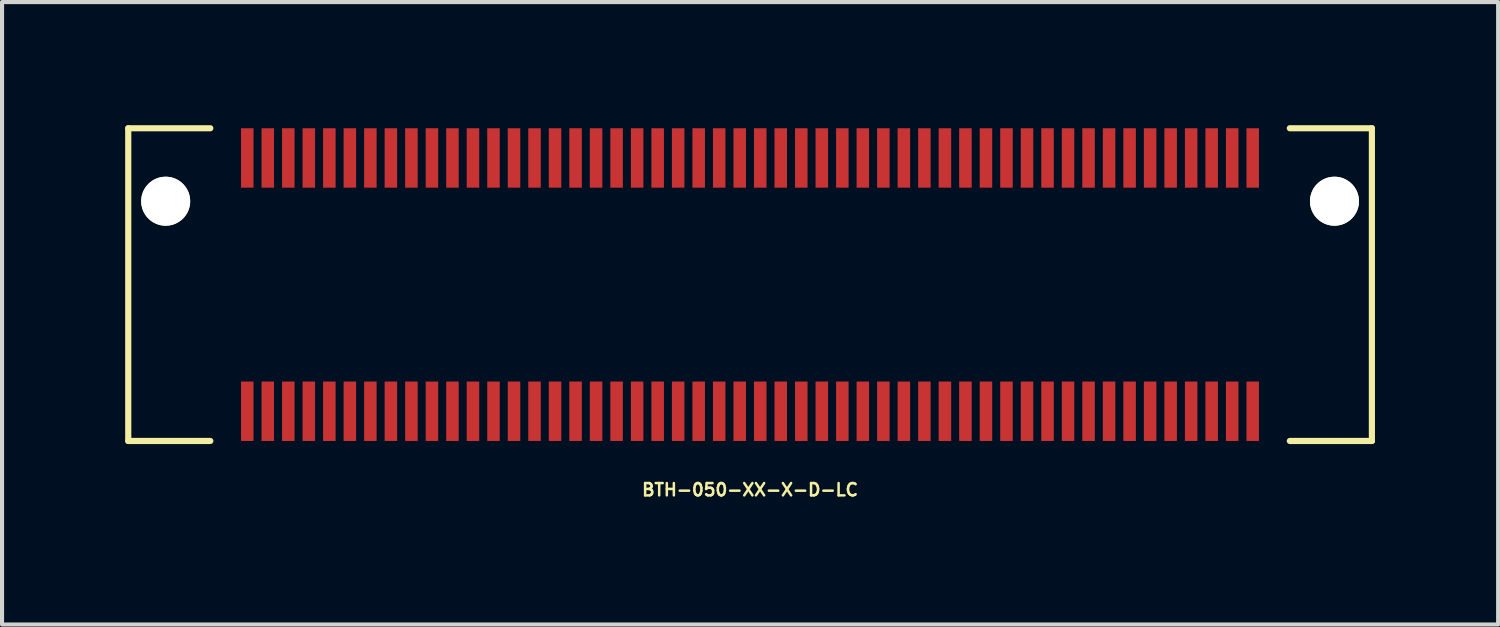
<source format=kicad_pcb>
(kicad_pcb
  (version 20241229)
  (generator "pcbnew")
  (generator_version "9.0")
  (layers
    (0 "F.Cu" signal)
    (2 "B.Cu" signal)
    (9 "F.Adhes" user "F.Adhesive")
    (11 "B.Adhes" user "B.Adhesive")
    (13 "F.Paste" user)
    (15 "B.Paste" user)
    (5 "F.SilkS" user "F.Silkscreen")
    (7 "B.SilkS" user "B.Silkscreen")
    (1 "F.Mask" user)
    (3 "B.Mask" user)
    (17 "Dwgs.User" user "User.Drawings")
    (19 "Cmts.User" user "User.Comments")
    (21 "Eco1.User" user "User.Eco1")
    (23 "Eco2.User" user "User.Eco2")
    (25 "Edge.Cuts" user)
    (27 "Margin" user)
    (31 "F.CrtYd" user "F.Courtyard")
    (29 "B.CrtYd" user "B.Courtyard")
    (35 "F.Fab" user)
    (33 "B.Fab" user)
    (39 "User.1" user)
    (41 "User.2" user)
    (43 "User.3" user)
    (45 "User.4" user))
  (footprint "BTH-050-XX-X-D-LC"
    (layer "F.Cu")
    (at 15.227 3.885)
    (property "Reference" "BTH-050-XX-X-D-LC" (at 0 5 0) (layer "F.SilkS") (effects (font (size 0.3 0.3) (thickness 0.061))))
    (attr smd)
    (fp_line (start -15.152 -3.81) (end -15.152 3.81) (stroke (width 0.15) (type solid)) (layer "F.SilkS"))
    (fp_line (start -15.152 3.81) (end -13.152 3.81) (stroke (width 0.15) (type solid)) (layer "F.SilkS"))
    (fp_line (start -13.152 -3.81) (end -15.152 -3.81) (stroke (width 0.15) (type solid)) (layer "F.SilkS"))
    (fp_line (start 13.152 -3.81) (end 15.152 -3.81) (stroke (width 0.15) (type solid)) (layer "F.SilkS"))
    (fp_line (start 15.152 -3.81) (end 15.152 3.81) (stroke (width 0.15) (type solid)) (layer "F.SilkS"))
    (fp_line (start 15.152 3.81) (end 13.152 3.81) (stroke (width 0.15) (type solid)) (layer "F.SilkS"))
    (pad "" np_thru_hole circle (at -14.24 -2.032) (size 1.194 1.194) (drill 1.194) (layers "*.Cu" "*.Mask" "F.SilkS"))
    (pad "" np_thru_hole circle (at 14.24 -2.032) (size 1.194 1.194) (drill 1.194) (layers "*.Cu" "*.Mask" "F.SilkS"))
    (pad "1" smd rect (at -12.252 -3.086) (size 0.305 1.448) (layers "F.Cu" "F.Mask" "F.Paste"))
    (pad "2" smd rect (at -12.252 3.086) (size 0.305 1.448) (layers "F.Cu" "F.Mask" "F.Paste"))
    (pad "3" smd rect (at -11.752 -3.086) (size 0.305 1.448) (layers "F.Cu" "F.Mask" "F.Paste"))
    (pad "4" smd rect (at -11.752 3.086) (size 0.305 1.448) (layers "F.Cu" "F.Mask" "F.Paste"))
    (pad "5" smd rect (at -11.252 -3.086) (size 0.305 1.448) (layers "F.Cu" "F.Mask" "F.Paste"))
    (pad "6" smd rect (at -11.252 3.086) (size 0.305 1.448) (layers "F.Cu" "F.Mask" "F.Paste"))
    (pad "7" smd rect (at -10.752 -3.086) (size 0.305 1.448) (layers "F.Cu" "F.Mask" "F.Paste"))
    (pad "8" smd rect (at -10.752 3.086) (size 0.305 1.448) (layers "F.Cu" "F.Mask" "F.Paste"))
    (pad "9" smd rect (at -10.252 -3.086) (size 0.305 1.448) (layers "F.Cu" "F.Mask" "F.Paste"))
    (pad "10" smd rect (at -10.252 3.086) (size 0.305 1.448) (layers "F.Cu" "F.Mask" "F.Paste"))
    (pad "11" smd rect (at -9.752 -3.086) (size 0.305 1.448) (layers "F.Cu" "F.Mask" "F.Paste"))
    (pad "12" smd rect (at -9.752 3.086) (size 0.305 1.448) (layers "F.Cu" "F.Mask" "F.Paste"))
    (pad "13" smd rect (at -9.252 -3.086) (size 0.305 1.448) (layers "F.Cu" "F.Mask" "F.Paste"))
    (pad "14" smd rect (at -9.252 3.086) (size 0.305 1.448) (layers "F.Cu" "F.Mask" "F.Paste"))
    (pad "15" smd rect (at -8.752 -3.086) (size 0.305 1.448) (layers "F.Cu" "F.Mask" "F.Paste"))
    (pad "16" smd rect (at -8.752 3.086) (size 0.305 1.448) (layers "F.Cu" "F.Mask" "F.Paste"))
    (pad "17" smd rect (at -8.252 -3.086) (size 0.305 1.448) (layers "F.Cu" "F.Mask" "F.Paste"))
    (pad "18" smd rect (at -8.252 3.086) (size 0.305 1.448) (layers "F.Cu" "F.Mask" "F.Paste"))
    (pad "19" smd rect (at -7.752 -3.086) (size 0.305 1.448) (layers "F.Cu" "F.Mask" "F.Paste"))
    (pad "20" smd rect (at -7.752 3.086) (size 0.305 1.448) (layers "F.Cu" "F.Mask" "F.Paste"))
    (pad "21" smd rect (at -7.252 -3.086) (size 0.305 1.448) (layers "F.Cu" "F.Mask" "F.Paste"))
    (pad "22" smd rect (at -7.252 3.086) (size 0.305 1.448) (layers "F.Cu" "F.Mask" "F.Paste"))
    (pad "23" smd rect (at -6.752 -3.086) (size 0.305 1.448) (layers "F.Cu" "F.Mask" "F.Paste"))
    (pad "24" smd rect (at -6.752 3.086) (size 0.305 1.448) (layers "F.Cu" "F.Mask" "F.Paste"))
    (pad "25" smd rect (at -6.252 -3.086) (size 0.305 1.448) (layers "F.Cu" "F.Mask" "F.Paste"))
    (pad "26" smd rect (at -6.252 3.086) (size 0.305 1.448) (layers "F.Cu" "F.Mask" "F.Paste"))
    (pad "27" smd rect (at -5.752 -3.086) (size 0.305 1.448) (layers "F.Cu" "F.Mask" "F.Paste"))
    (pad "28" smd rect (at -5.752 3.086) (size 0.305 1.448) (layers "F.Cu" "F.Mask" "F.Paste"))
    (pad "29" smd rect (at -5.252 -3.086) (size 0.305 1.448) (layers "F.Cu" "F.Mask" "F.Paste"))
    (pad "30" smd rect (at -5.252 3.086) (size 0.305 1.448) (layers "F.Cu" "F.Mask" "F.Paste"))
    (pad "31" smd rect (at -4.752 -3.086) (size 0.305 1.448) (layers "F.Cu" "F.Mask" "F.Paste"))
    (pad "32" smd rect (at -4.752 3.086) (size 0.305 1.448) (layers "F.Cu" "F.Mask" "F.Paste"))
    (pad "33" smd rect (at -4.252 -3.086) (size 0.305 1.448) (layers "F.Cu" "F.Mask" "F.Paste"))
    (pad "34" smd rect (at -4.252 3.086) (size 0.305 1.448) (layers "F.Cu" "F.Mask" "F.Paste"))
    (pad "35" smd rect (at -3.752 -3.086) (size 0.305 1.448) (layers "F.Cu" "F.Mask" "F.Paste"))
    (pad "36" smd rect (at -3.752 3.086) (size 0.305 1.448) (layers "F.Cu" "F.Mask" "F.Paste"))
    (pad "37" smd rect (at -3.252 -3.086) (size 0.305 1.448) (layers "F.Cu" "F.Mask" "F.Paste"))
    (pad "38" smd rect (at -3.252 3.086) (size 0.305 1.448) (layers "F.Cu" "F.Mask" "F.Paste"))
    (pad "39" smd rect (at -2.752 -3.086) (size 0.305 1.448) (layers "F.Cu" "F.Mask" "F.Paste"))
    (pad "40" smd rect (at -2.752 3.086) (size 0.305 1.448) (layers "F.Cu" "F.Mask" "F.Paste"))
    (pad "41" smd rect (at -2.252 -3.086) (size 0.305 1.448) (layers "F.Cu" "F.Mask" "F.Paste"))
    (pad "42" smd rect (at -2.252 3.086) (size 0.305 1.448) (layers "F.Cu" "F.Mask" "F.Paste"))
    (pad "43" smd rect (at -1.752 -3.086) (size 0.305 1.448) (layers "F.Cu" "F.Mask" "F.Paste"))
    (pad "44" smd rect (at -1.752 3.086) (size 0.305 1.448) (layers "F.Cu" "F.Mask" "F.Paste"))
    (pad "45" smd rect (at -1.252 -3.086) (size 0.305 1.448) (layers "F.Cu" "F.Mask" "F.Paste"))
    (pad "46" smd rect (at -1.252 3.086) (size 0.305 1.448) (layers "F.Cu" "F.Mask" "F.Paste"))
    (pad "47" smd rect (at -0.752 -3.086) (size 0.305 1.448) (layers "F.Cu" "F.Mask" "F.Paste"))
    (pad "48" smd rect (at -0.752 3.086) (size 0.305 1.448) (layers "F.Cu" "F.Mask" "F.Paste"))
    (pad "49" smd rect (at -0.252 -3.086) (size 0.305 1.448) (layers "F.Cu" "F.Mask" "F.Paste"))
    (pad "50" smd rect (at -0.252 3.086) (size 0.305 1.448) (layers "F.Cu" "F.Mask" "F.Paste"))
    (pad "51" smd rect (at 0.248 -3.086) (size 0.305 1.448) (layers "F.Cu" "F.Mask" "F.Paste"))
    (pad "52" smd rect (at 0.248 3.086) (size 0.305 1.448) (layers "F.Cu" "F.Mask" "F.Paste"))
    (pad "53" smd rect (at 0.748 -3.086) (size 0.305 1.448) (layers "F.Cu" "F.Mask" "F.Paste"))
    (pad "54" smd rect (at 0.748 3.086) (size 0.305 1.448) (layers "F.Cu" "F.Mask" "F.Paste"))
    (pad "55" smd rect (at 1.248 -3.086) (size 0.305 1.448) (layers "F.Cu" "F.Mask" "F.Paste"))
    (pad "56" smd rect (at 1.248 3.086) (size 0.305 1.448) (layers "F.Cu" "F.Mask" "F.Paste"))
    (pad "57" smd rect (at 1.748 -3.086) (size 0.305 1.448) (layers "F.Cu" "F.Mask" "F.Paste"))
    (pad "58" smd rect (at 1.748 3.086) (size 0.305 1.448) (layers "F.Cu" "F.Mask" "F.Paste"))
    (pad "59" smd rect (at 2.248 -3.086) (size 0.305 1.448) (layers "F.Cu" "F.Mask" "F.Paste"))
    (pad "60" smd rect (at 2.248 3.086) (size 0.305 1.448) (layers "F.Cu" "F.Mask" "F.Paste"))
    (pad "61" smd rect (at 2.748 -3.086) (size 0.305 1.448) (layers "F.Cu" "F.Mask" "F.Paste"))
    (pad "62" smd rect (at 2.748 3.086) (size 0.305 1.448) (layers "F.Cu" "F.Mask" "F.Paste"))
    (pad "63" smd rect (at 3.248 -3.086) (size 0.305 1.448) (layers "F.Cu" "F.Mask" "F.Paste"))
    (pad "64" smd rect (at 3.248 3.086) (size 0.305 1.448) (layers "F.Cu" "F.Mask" "F.Paste"))
    (pad "65" smd rect (at 3.748 -3.086) (size 0.305 1.448) (layers "F.Cu" "F.Mask" "F.Paste"))
    (pad "66" smd rect (at 3.748 3.086) (size 0.305 1.448) (layers "F.Cu" "F.Mask" "F.Paste"))
    (pad "67" smd rect (at 4.248 -3.086) (size 0.305 1.448) (layers "F.Cu" "F.Mask" "F.Paste"))
    (pad "68" smd rect (at 4.248 3.086) (size 0.305 1.448) (layers "F.Cu" "F.Mask" "F.Paste"))
    (pad "69" smd rect (at 4.748 -3.086) (size 0.305 1.448) (layers "F.Cu" "F.Mask" "F.Paste"))
    (pad "70" smd rect (at 4.748 3.086) (size 0.305 1.448) (layers "F.Cu" "F.Mask" "F.Paste"))
    (pad "71" smd rect (at 5.248 -3.086) (size 0.305 1.448) (layers "F.Cu" "F.Mask" "F.Paste"))
    (pad "72" smd rect (at 5.248 3.086) (size 0.305 1.448) (layers "F.Cu" "F.Mask" "F.Paste"))
    (pad "73" smd rect (at 5.748 -3.086) (size 0.305 1.448) (layers "F.Cu" "F.Mask" "F.Paste"))
    (pad "74" smd rect (at 5.748 3.086) (size 0.305 1.448) (layers "F.Cu" "F.Mask" "F.Paste"))
    (pad "75" smd rect (at 6.248 -3.086) (size 0.305 1.448) (layers "F.Cu" "F.Mask" "F.Paste"))
    (pad "76" smd rect (at 6.248 3.086) (size 0.305 1.448) (layers "F.Cu" "F.Mask" "F.Paste"))
    (pad "77" smd rect (at 6.748 -3.086) (size 0.305 1.448) (layers "F.Cu" "F.Mask" "F.Paste"))
    (pad "78" smd rect (at 6.748 3.086) (size 0.305 1.448) (layers "F.Cu" "F.Mask" "F.Paste"))
    (pad "79" smd rect (at 7.248 -3.086) (size 0.305 1.448) (layers "F.Cu" "F.Mask" "F.Paste"))
    (pad "80" smd rect (at 7.248 3.086) (size 0.305 1.448) (layers "F.Cu" "F.Mask" "F.Paste"))
    (pad "81" smd rect (at 7.748 -3.086) (size 0.305 1.448) (layers "F.Cu" "F.Mask" "F.Paste"))
    (pad "82" smd rect (at 7.748 3.086) (size 0.305 1.448) (layers "F.Cu" "F.Mask" "F.Paste"))
    (pad "83" smd rect (at 8.248 -3.086) (size 0.305 1.448) (layers "F.Cu" "F.Mask" "F.Paste"))
    (pad "84" smd rect (at 8.248 3.086) (size 0.305 1.448) (layers "F.Cu" "F.Mask" "F.Paste"))
    (pad "85" smd rect (at 8.748 -3.086) (size 0.305 1.448) (layers "F.Cu" "F.Mask" "F.Paste"))
    (pad "86" smd rect (at 8.748 3.086) (size 0.305 1.448) (layers "F.Cu" "F.Mask" "F.Paste"))
    (pad "87" smd rect (at 9.248 -3.086) (size 0.305 1.448) (layers "F.Cu" "F.Mask" "F.Paste"))
    (pad "88" smd rect (at 9.248 3.086) (size 0.305 1.448) (layers "F.Cu" "F.Mask" "F.Paste"))
    (pad "89" smd rect (at 9.748 -3.086) (size 0.305 1.448) (layers "F.Cu" "F.Mask" "F.Paste"))
    (pad "90" smd rect (at 9.748 3.086) (size 0.305 1.448) (layers "F.Cu" "F.Mask" "F.Paste"))
    (pad "91" smd rect (at 10.248 -3.086) (size 0.305 1.448) (layers "F.Cu" "F.Mask" "F.Paste"))
    (pad "92" smd rect (at 10.248 3.086) (size 0.305 1.448) (layers "F.Cu" "F.Mask" "F.Paste"))
    (pad "93" smd rect (at 10.748 -3.086) (size 0.305 1.448) (layers "F.Cu" "F.Mask" "F.Paste"))
    (pad "94" smd rect (at 10.748 3.086) (size 0.305 1.448) (layers "F.Cu" "F.Mask" "F.Paste"))
    (pad "95" smd rect (at 11.248 -3.086) (size 0.305 1.448) (layers "F.Cu" "F.Mask" "F.Paste"))
    (pad "96" smd rect (at 11.248 3.086) (size 0.305 1.448) (layers "F.Cu" "F.Mask" "F.Paste"))
    (pad "97" smd rect (at 11.748 -3.086) (size 0.305 1.448) (layers "F.Cu" "F.Mask" "F.Paste"))
    (pad "98" smd rect (at 11.748 3.086) (size 0.305 1.448) (layers "F.Cu" "F.Mask" "F.Paste"))
    (pad "99" smd rect (at 12.248 -3.086) (size 0.305 1.448) (layers "F.Cu" "F.Mask" "F.Paste"))
    (pad "100" smd rect (at 12.248 3.086) (size 0.305 1.448) (layers "F.Cu" "F.Mask" "F.Paste")))
  (gr_rect
    (start -3 -3)
    (end 33.455 12.167)
    (stroke (width 0.1) (type default))
    (fill no)
    (layer "Edge.Cuts")))
</source>
